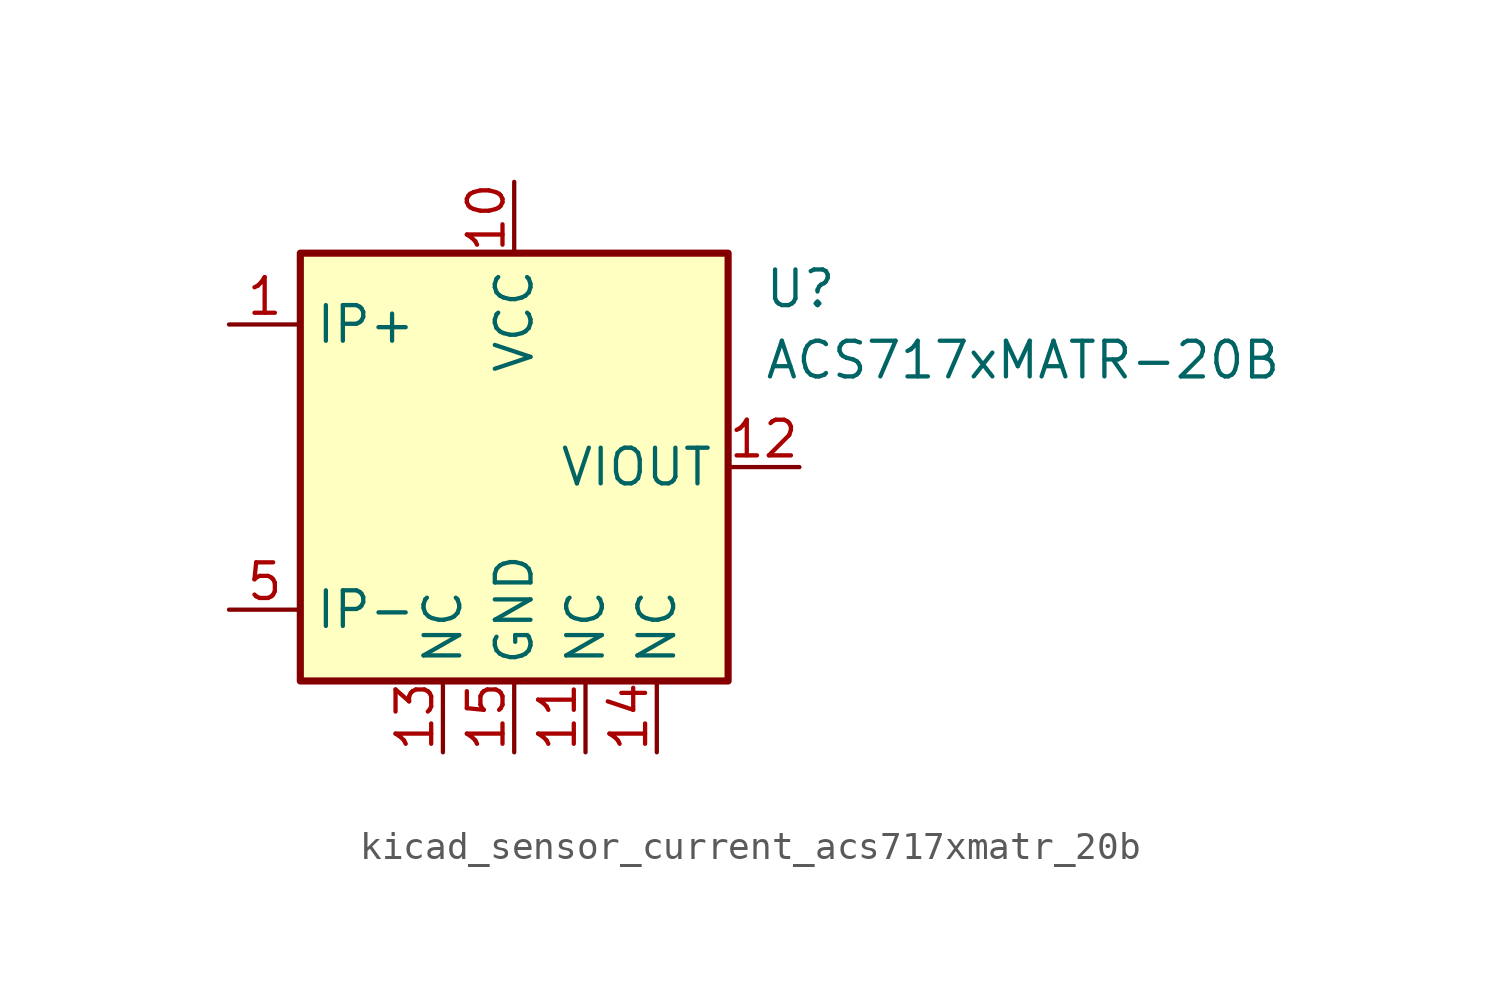
<source format=kicad_sym>
(kicad_symbol_lib
  (version 20220914)
  (generator kicad_symbol_editor)
  (symbol "kicad_sensor_current_acs717xmatr_20b"
    (property "Reference" "U"
      (at 8.89 6.35 0)
      (effects (font (size 1.27 1.27)) (justify left)))
    (property "Value" "ACS717xMATR-20B"
      (at 8.89 3.81 0)
      (effects (font (size 1.27 1.27)) (justify left)))
    (symbol "kicad_sensor_current_acs717xmatr_20b_0_1"
      (rectangle (start -7.62 7.62) (end 7.62 -7.62) (stroke (width 0.254) (type default)) (fill (type background))))
    (symbol "kicad_sensor_current_acs717xmatr_20b_1_1"
      (pin passive line (at -10.16 5.08 0) (length 2.54) (name "IP+" (effects (font (size 1.27 1.27)))) (number "1" (effects (font (size 1.27 1.27)))))
      (pin power_in line (at 0 10.16 270) (length 2.54) (name "VCC" (effects (font (size 1.27 1.27)))) (number "10" (effects (font (size 1.27 1.27)))))
      (pin passive line (at 2.54 -10.16 90) (length 2.54) (name "NC" (effects (font (size 1.27 1.27)))) (number "11" (effects (font (size 1.27 1.27)))))
      (pin output line (at 10.16 0 180) (length 2.54) (name "VIOUT" (effects (font (size 1.27 1.27)))) (number "12" (effects (font (size 1.27 1.27)))))
      (pin passive line (at -2.54 -10.16 90) (length 2.54) (name "NC" (effects (font (size 1.27 1.27)))) (number "13" (effects (font (size 1.27 1.27)))))
      (pin passive line (at 5.08 -10.16 90) (length 2.54) (name "NC" (effects (font (size 1.27 1.27)))) (number "14" (effects (font (size 1.27 1.27)))))
      (pin power_in line (at 0 -10.16 90) (length 2.54) (name "GND" (effects (font (size 1.27 1.27)))) (number "15" (effects (font (size 1.27 1.27)))))
      (pin no_connect line (at 7.62 2.54 180) (length 2.54) hide (name "NC" (effects (font (size 1.27 1.27)))) (number "16" (effects (font (size 1.27 1.27)))))
      (pin passive line (at -10.16 5.08 0) (length 2.54) hide (name "IP+" (effects (font (size 1.27 1.27)))) (number "2" (effects (font (size 1.27 1.27)))))
      (pin passive line (at -10.16 5.08 0) (length 2.54) hide (name "IP+" (effects (font (size 1.27 1.27)))) (number "3" (effects (font (size 1.27 1.27)))))
      (pin passive line (at -10.16 5.08 0) (length 2.54) hide (name "IP+" (effects (font (size 1.27 1.27)))) (number "4" (effects (font (size 1.27 1.27)))))
      (pin passive line (at -10.16 -5.08 0) (length 2.54) (name "IP-" (effects (font (size 1.27 1.27)))) (number "5" (effects (font (size 1.27 1.27)))))
      (pin passive line (at -10.16 -5.08 0) (length 2.54) hide (name "IP-" (effects (font (size 1.27 1.27)))) (number "6" (effects (font (size 1.27 1.27)))))
      (pin passive line (at -10.16 -5.08 0) (length 2.54) hide (name "IP-" (effects (font (size 1.27 1.27)))) (number "7" (effects (font (size 1.27 1.27)))))
      (pin passive line (at -10.16 -5.08 0) (length 2.54) hide (name "IP-" (effects (font (size 1.27 1.27)))) (number "8" (effects (font (size 1.27 1.27)))))
      (pin no_connect line (at 7.62 5.08 180) (length 2.54) hide (name "NC" (effects (font (size 1.27 1.27)))) (number "9" (effects (font (size 1.27 1.27))))))))
</source>
